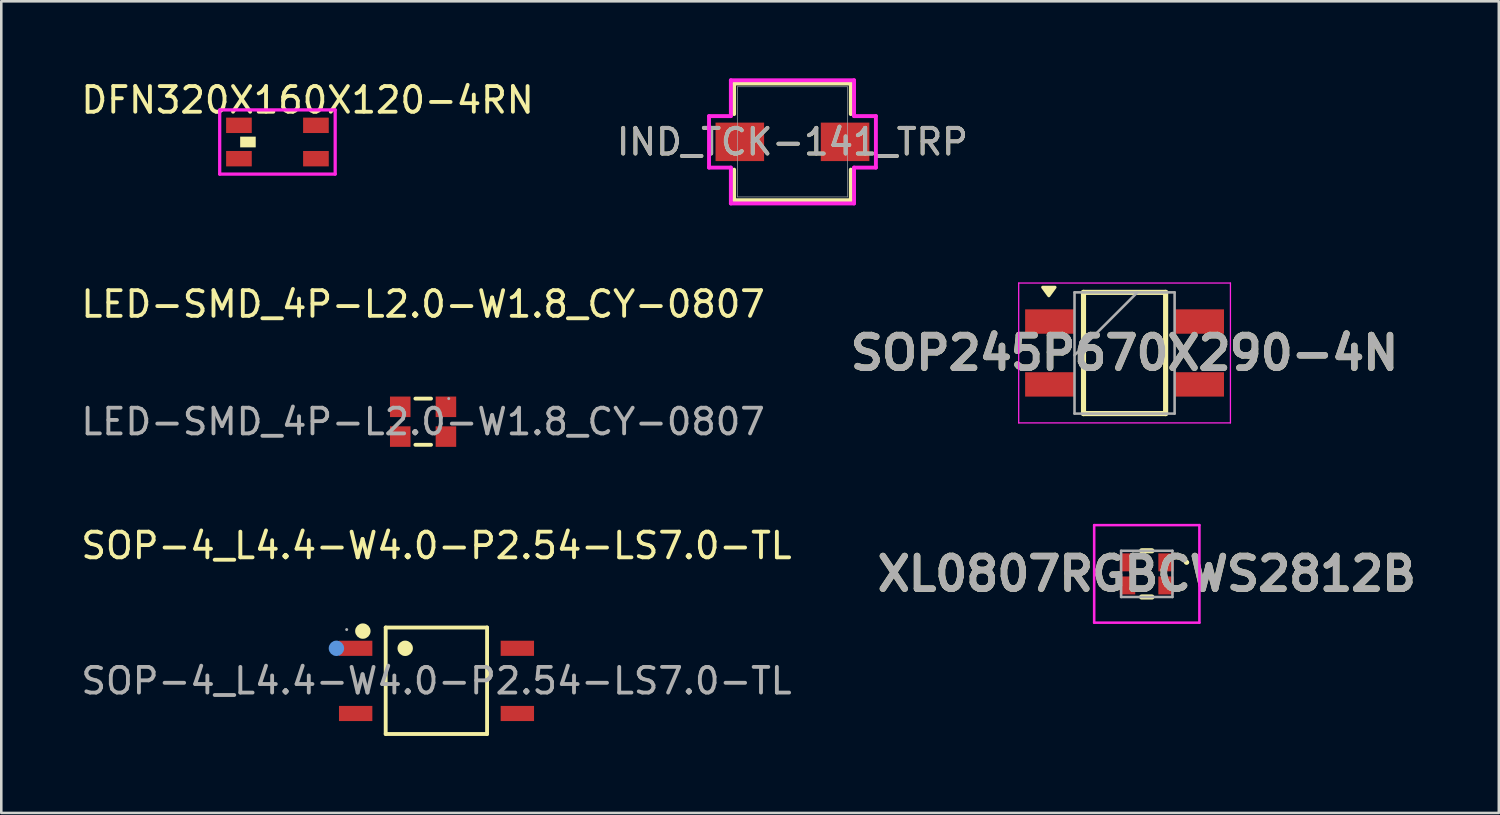
<source format=kicad_pcb>
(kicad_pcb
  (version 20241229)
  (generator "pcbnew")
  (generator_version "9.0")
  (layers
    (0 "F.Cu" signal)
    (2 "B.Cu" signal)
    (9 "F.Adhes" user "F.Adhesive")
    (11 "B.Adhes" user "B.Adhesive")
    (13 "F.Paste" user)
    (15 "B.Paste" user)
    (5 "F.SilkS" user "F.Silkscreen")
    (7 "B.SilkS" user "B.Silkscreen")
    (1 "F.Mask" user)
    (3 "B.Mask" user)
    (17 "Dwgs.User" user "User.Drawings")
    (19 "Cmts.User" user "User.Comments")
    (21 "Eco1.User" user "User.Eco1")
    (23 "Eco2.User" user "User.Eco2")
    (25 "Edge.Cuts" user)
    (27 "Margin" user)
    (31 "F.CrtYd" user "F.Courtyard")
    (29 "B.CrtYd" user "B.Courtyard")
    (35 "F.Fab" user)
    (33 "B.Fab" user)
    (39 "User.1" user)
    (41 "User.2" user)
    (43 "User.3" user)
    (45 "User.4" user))
  (footprint "DFN320X160X120-4RN"
    (layer "F.Cu")
    (at 7.76 2.483)
    (property "Reference" "DFN320X160X120-4RN" (at 1.175 -1.635 0) (layer "F.SilkS") (effects (font (size 1 1) (thickness 0.15))))
    (attr smd)
    (fp_poly (pts (xy -1.45 -0.2) (xy -0.85 -0.2) (xy -0.85 0.2) (xy -1.45 0.2)) (stroke (width 0.01) (type solid)) (fill yes) (layer "F.SilkS"))
    (fp_line (start -2.25 -1.25) (end 2.25 -1.25) (stroke (width 0.127) (type solid)) (layer "F.CrtYd"))
    (fp_line (start -2.25 1.25) (end -2.25 -1.25) (stroke (width 0.127) (type solid)) (layer "F.CrtYd"))
    (fp_line (start 2.25 -1.25) (end 2.25 1.25) (stroke (width 0.127) (type solid)) (layer "F.CrtYd"))
    (fp_line (start 2.25 1.25) (end -2.25 1.25) (stroke (width 0.127) (type solid)) (layer "F.CrtYd"))
    (pad "1" smd rect (at -1.5 0.65) (size 1 0.6) (layers "F.Cu" "F.Mask" "F.Paste"))
    (pad "2" smd rect (at 1.5 0.65) (size 1 0.6) (layers "F.Cu" "F.Mask" "F.Paste"))
    (pad "3" smd rect (at 1.5 -0.65) (size 1 0.6) (layers "F.Cu" "F.Mask" "F.Paste"))
    (pad "4" smd rect (at -1.5 -0.65) (size 1 0.6) (layers "F.Cu" "F.Mask" "F.Paste")))
  (footprint "LED-SMD_4P-L2.0-W1.8_CY-0807"
    (layer "F.Cu")
    (at 13.435 13.381)
    (property "Reference" "LED-SMD_4P-L2.0-W1.8_CY-0807" (at 0 -4.58 0) (layer "F.SilkS") (effects (font (size 1 1) (thickness 0.15))))
    (attr smd)
    (fp_line (start -0.3 0.9) (end 0.31 0.9) (stroke (width 0.15) (type solid)) (layer "F.SilkS"))
    (fp_line (start 0.31 -0.9) (end -0.3 -0.9) (stroke (width 0.15) (type solid)) (layer "F.SilkS"))
    (fp_circle (center 1 -0.9) (end 1.03 -0.9) (stroke (width 0.06) (type solid)) (fill no) (layer "F.Fab"))
    (fp_text user "${REFERENCE}" (at 0 0 0) (layer "F.Fab") (effects (font (size 1 1) (thickness 0.15))))
    (pad "1" smd rect (at 0.89 -0.58) (size 0.8 0.8) (layers "F.Cu" "F.Mask" "F.Paste"))
    (pad "2" smd rect (at -0.89 -0.58) (size 0.8 0.8) (layers "F.Cu" "F.Mask" "F.Paste"))
    (pad "3" smd rect (at -0.89 0.58) (size 0.8 0.8) (layers "F.Cu" "F.Mask" "F.Paste"))
    (pad "4" smd rect (at 0.89 0.58) (size 0.8 0.8) (layers "F.Cu" "F.Mask" "F.Paste")))
  (footprint "IND_TCK-141_TRP"
    (layer "F.Cu")
    (at 27.827 2.477)
    (property "Reference" "IND_TCK-141_TRP" (at 0 0 0) (unlocked yes) (layer "F.SilkS") (effects (font (size 1 1) (thickness 0.15))))
    (attr smd)
    (fp_line (start -2.273 -2.273) (end -2.273 -1.082) (stroke (width 0.152) (type solid)) (layer "F.SilkS"))
    (fp_line (start -2.273 1.082) (end -2.273 2.273) (stroke (width 0.152) (type solid)) (layer "F.SilkS"))
    (fp_line (start -2.273 2.273) (end 2.273 2.273) (stroke (width 0.152) (type solid)) (layer "F.SilkS"))
    (fp_line (start 2.273 -2.273) (end -2.273 -2.273) (stroke (width 0.152) (type solid)) (layer "F.SilkS"))
    (fp_line (start 2.273 -1.082) (end 2.273 -2.273) (stroke (width 0.152) (type solid)) (layer "F.SilkS"))
    (fp_line (start 2.273 2.273) (end 2.273 1.082) (stroke (width 0.152) (type solid)) (layer "F.SilkS"))
    (fp_line (start -3.251 -1.003) (end -2.4 -1.003) (stroke (width 0.152) (type solid)) (layer "F.CrtYd"))
    (fp_line (start -3.251 1.003) (end -3.251 -1.003) (stroke (width 0.152) (type solid)) (layer "F.CrtYd"))
    (fp_line (start -2.4 -2.4) (end 2.4 -2.4) (stroke (width 0.152) (type solid)) (layer "F.CrtYd"))
    (fp_line (start -2.4 -1.003) (end -2.4 -2.4) (stroke (width 0.152) (type solid)) (layer "F.CrtYd"))
    (fp_line (start -2.4 1.003) (end -3.251 1.003) (stroke (width 0.152) (type solid)) (layer "F.CrtYd"))
    (fp_line (start -2.4 2.4) (end -2.4 1.003) (stroke (width 0.152) (type solid)) (layer "F.CrtYd"))
    (fp_line (start 2.4 -2.4) (end 2.4 -1.003) (stroke (width 0.152) (type solid)) (layer "F.CrtYd"))
    (fp_line (start 2.4 -1.003) (end 3.251 -1.003) (stroke (width 0.152) (type solid)) (layer "F.CrtYd"))
    (fp_line (start 2.4 1.003) (end 2.4 2.4) (stroke (width 0.152) (type solid)) (layer "F.CrtYd"))
    (fp_line (start 2.4 2.4) (end -2.4 2.4) (stroke (width 0.152) (type solid)) (layer "F.CrtYd"))
    (fp_line (start 3.251 -1.003) (end 3.251 1.003) (stroke (width 0.152) (type solid)) (layer "F.CrtYd"))
    (fp_line (start 3.251 1.003) (end 2.4 1.003) (stroke (width 0.152) (type solid)) (layer "F.CrtYd"))
    (fp_line (start -2.146 -2.146) (end -2.146 2.146) (stroke (width 0.025) (type solid)) (layer "F.Fab"))
    (fp_line (start -2.146 2.146) (end 2.146 2.146) (stroke (width 0.025) (type solid)) (layer "F.Fab"))
    (fp_line (start 2.146 -2.146) (end -2.146 -2.146) (stroke (width 0.025) (type solid)) (layer "F.Fab"))
    (fp_line (start 2.146 2.146) (end 2.146 -2.146) (stroke (width 0.025) (type solid)) (layer "F.Fab"))
    (fp_text user "${REFERENCE}" (at 0 0 0) (unlocked yes) (layer "F.Fab") (effects (font (size 1 1) (thickness 0.15))))
    (pad "1" smd rect (at -2.051 0) (size 1.892 1.499) (layers "F.Cu" "F.Mask" "F.Paste"))
    (pad "2" smd rect (at 2.051 0) (size 1.892 1.499) (layers "F.Cu" "F.Mask" "F.Paste"))
    (zone (net_name "") (layer "F.Cu") (hatch full 0.508) (connect_pads) (min_thickness 0.254) (filled_areas_thickness no) (keepout (tracks not_allowed) (vias not_allowed) (pads allowed) (copperpour not_allowed) (footprints allowed)) (placement (enabled no)) (fill) (polygon (pts (xy 26.773 0.381) (xy 28.881 0.381) (xy 28.881 4.572) (xy 26.773 4.572)))))
  (footprint "SOP245P670X290-4N"
    (layer "F.Cu")
    (at 40.767 10.703)
    (property "Reference" "SOP245P670X290-4N" (at 0 0 0) (layer "F.SilkS") (effects (font (size 1.27 1.27) (thickness 0.254))))
    (attr smd)
    (fp_line (start -1.6 -2.362) (end 1.6 -2.362) (stroke (width 0.2) (type solid)) (layer "F.SilkS"))
    (fp_line (start -1.6 2.362) (end -1.6 -2.362) (stroke (width 0.2) (type solid)) (layer "F.SilkS"))
    (fp_line (start 1.6 -2.362) (end 1.6 2.362) (stroke (width 0.2) (type solid)) (layer "F.SilkS"))
    (fp_line (start 1.6 2.362) (end -1.6 2.362) (stroke (width 0.2) (type solid)) (layer "F.SilkS"))
    (fp_poly (pts (xy -2.95 -2.23) (xy -3.19 -2.56) (xy -2.71 -2.56) (xy -2.95 -2.23)) (stroke (width 0.12) (type solid)) (fill yes) (layer "F.SilkS"))
    (fp_line (start -4.125 -2.725) (end 4.125 -2.725) (stroke (width 0.05) (type solid)) (layer "F.CrtYd"))
    (fp_line (start -4.125 2.725) (end -4.125 -2.725) (stroke (width 0.05) (type solid)) (layer "F.CrtYd"))
    (fp_line (start 4.125 -2.725) (end 4.125 2.725) (stroke (width 0.05) (type solid)) (layer "F.CrtYd"))
    (fp_line (start 4.125 2.725) (end -4.125 2.725) (stroke (width 0.05) (type solid)) (layer "F.CrtYd"))
    (fp_line (start -1.95 -2.362) (end 1.95 -2.362) (stroke (width 0.1) (type solid)) (layer "F.Fab"))
    (fp_line (start -1.95 0.088) (end 0.5 -2.362) (stroke (width 0.1) (type solid)) (layer "F.Fab"))
    (fp_line (start -1.95 2.362) (end -1.95 -2.362) (stroke (width 0.1) (type solid)) (layer "F.Fab"))
    (fp_line (start 1.95 -2.362) (end 1.95 2.362) (stroke (width 0.1) (type solid)) (layer "F.Fab"))
    (fp_line (start 1.95 2.362) (end -1.95 2.362) (stroke (width 0.1) (type solid)) (layer "F.Fab"))
    (fp_text user "${REFERENCE}" (at 0 0 0) (layer "F.Fab") (effects (font (size 1.27 1.27) (thickness 0.254))))
    (pad "1" smd rect (at -2.912 -1.225 90) (size 0.95 1.925) (layers "F.Cu" "F.Mask" "F.Paste"))
    (pad "2" smd rect (at -2.912 1.225 90) (size 0.95 1.925) (layers "F.Cu" "F.Mask" "F.Paste"))
    (pad "3" smd rect (at 2.912 1.225 90) (size 0.95 1.925) (layers "F.Cu" "F.Mask" "F.Paste"))
    (pad "4" smd rect (at 2.912 -1.225 90) (size 0.95 1.925) (layers "F.Cu" "F.Mask" "F.Paste")))
  (footprint "SOP-4_L4.4-W4.0-P2.54-LS7.0-TL"
    (layer "F.Cu")
    (at 13.958 23.48)
    (property "Reference" "SOP-4_L4.4-W4.0-P2.54-LS7.0-TL" (at 0 -5.27 0) (layer "F.SilkS") (effects (font (size 1 1) (thickness 0.15))))
    (attr smd)
    (fp_line (start -1.98 -2.08) (end 1.97 -2.08) (stroke (width 0.15) (type solid)) (layer "F.SilkS"))
    (fp_line (start -1.98 2.07) (end -1.98 -2.08) (stroke (width 0.15) (type solid)) (layer "F.SilkS"))
    (fp_line (start 1.97 -2.08) (end 1.97 2.07) (stroke (width 0.15) (type solid)) (layer "F.SilkS"))
    (fp_line (start 1.97 2.07) (end -1.98 2.07) (stroke (width 0.15) (type solid)) (layer "F.SilkS"))
    (fp_circle (center -2.87 -1.94) (end -2.72 -1.94) (stroke (width 0.3) (type solid)) (fill no) (layer "F.SilkS"))
    (fp_circle (center -1.22 -1.27) (end -1.07 -1.27) (stroke (width 0.3) (type solid)) (fill no) (layer "F.SilkS"))
    (fp_circle (center -3.9 -1.27) (end -3.75 -1.27) (stroke (width 0.3) (type solid)) (fill no) (layer "Cmts.User"))
    (fp_circle (center -3.5 -2) (end -3.47 -2) (stroke (width 0.06) (type solid)) (fill no) (layer "F.Fab"))
    (fp_text user "${REFERENCE}" (at 0 0 0) (layer "F.Fab") (effects (font (size 1 1) (thickness 0.15))))
    (pad "1" smd rect (at -3.15 -1.27 270) (size 0.59 1.3) (layers "F.Cu" "F.Mask" "F.Paste"))
    (pad "2" smd rect (at -3.15 1.27 270) (size 0.59 1.3) (layers "F.Cu" "F.Mask" "F.Paste"))
    (pad "3" smd rect (at 3.15 1.27 270) (size 0.59 1.3) (layers "F.Cu" "F.Mask" "F.Paste"))
    (pad "4" smd rect (at 3.15 -1.27 270) (size 0.59 1.3) (layers "F.Cu" "F.Mask" "F.Paste")))
  (footprint "XL0807RGBCWS2812B"
    (layer "F.Cu")
    (at 41.633 19.311)
    (property "Reference" "XL0807RGBCWS2812B" (at 0 0 0) (layer "F.SilkS") (effects (font (size 1.27 1.27) (thickness 0.254))))
    (attr smd)
    (fp_line (start -0.2 -0.9) (end 0.2 -0.9) (stroke (width 0.2) (type solid)) (layer "F.SilkS"))
    (fp_line (start -0.2 0.9) (end 0.2 0.9) (stroke (width 0.2) (type solid)) (layer "F.SilkS"))
    (fp_line (start 1.5 -0.45) (end 1.5 -0.45) (stroke (width 0.1) (type solid)) (layer "F.SilkS"))
    (fp_line (start 1.6 -0.45) (end 1.6 -0.45) (stroke (width 0.1) (type solid)) (layer "F.SilkS"))
    (fp_arc (start 1.5 -0.45) (mid 1.55 -0.5) (end 1.6 -0.45) (stroke (width 0.1) (type solid)) (layer "F.SilkS"))
    (fp_arc (start 1.6 -0.45) (mid 1.55 -0.4) (end 1.5 -0.45) (stroke (width 0.1) (type solid)) (layer "F.SilkS"))
    (fp_line (start -2.05 -1.9) (end 2.05 -1.9) (stroke (width 0.1) (type solid)) (layer "F.CrtYd"))
    (fp_line (start -2.05 1.9) (end -2.05 -1.9) (stroke (width 0.1) (type solid)) (layer "F.CrtYd"))
    (fp_line (start 2.05 -1.9) (end 2.05 1.9) (stroke (width 0.1) (type solid)) (layer "F.CrtYd"))
    (fp_line (start 2.05 1.9) (end -2.05 1.9) (stroke (width 0.1) (type solid)) (layer "F.CrtYd"))
    (fp_line (start -1 -0.9) (end 1 -0.9) (stroke (width 0.1) (type solid)) (layer "F.Fab"))
    (fp_line (start -1 0.9) (end -1 -0.9) (stroke (width 0.1) (type solid)) (layer "F.Fab"))
    (fp_line (start 1 -0.9) (end 1 0.9) (stroke (width 0.1) (type solid)) (layer "F.Fab"))
    (fp_line (start 1 0.9) (end -1 0.9) (stroke (width 0.1) (type solid)) (layer "F.Fab"))
    (fp_text user "${REFERENCE}" (at 0 0 0) (layer "F.Fab") (effects (font (size 1.27 1.27) (thickness 0.254))))
    (pad "1" smd rect (at 0.75 -0.45) (size 0.6 0.7) (layers "F.Cu" "F.Mask" "F.Paste"))
    (pad "2" smd rect (at -0.75 -0.45) (size 0.6 0.7) (layers "F.Cu" "F.Mask" "F.Paste"))
    (pad "3" smd rect (at -0.75 0.45) (size 0.6 0.7) (layers "F.Cu" "F.Mask" "F.Paste"))
    (pad "4" smd rect (at 0.75 0.45) (size 0.6 0.7) (layers "F.Cu" "F.Mask" "F.Paste")))
  (gr_rect
    (start -3 -3)
    (end 55.349 28.625)
    (stroke (width 0.1) (type default))
    (fill no)
    (layer "Edge.Cuts")))
</source>
